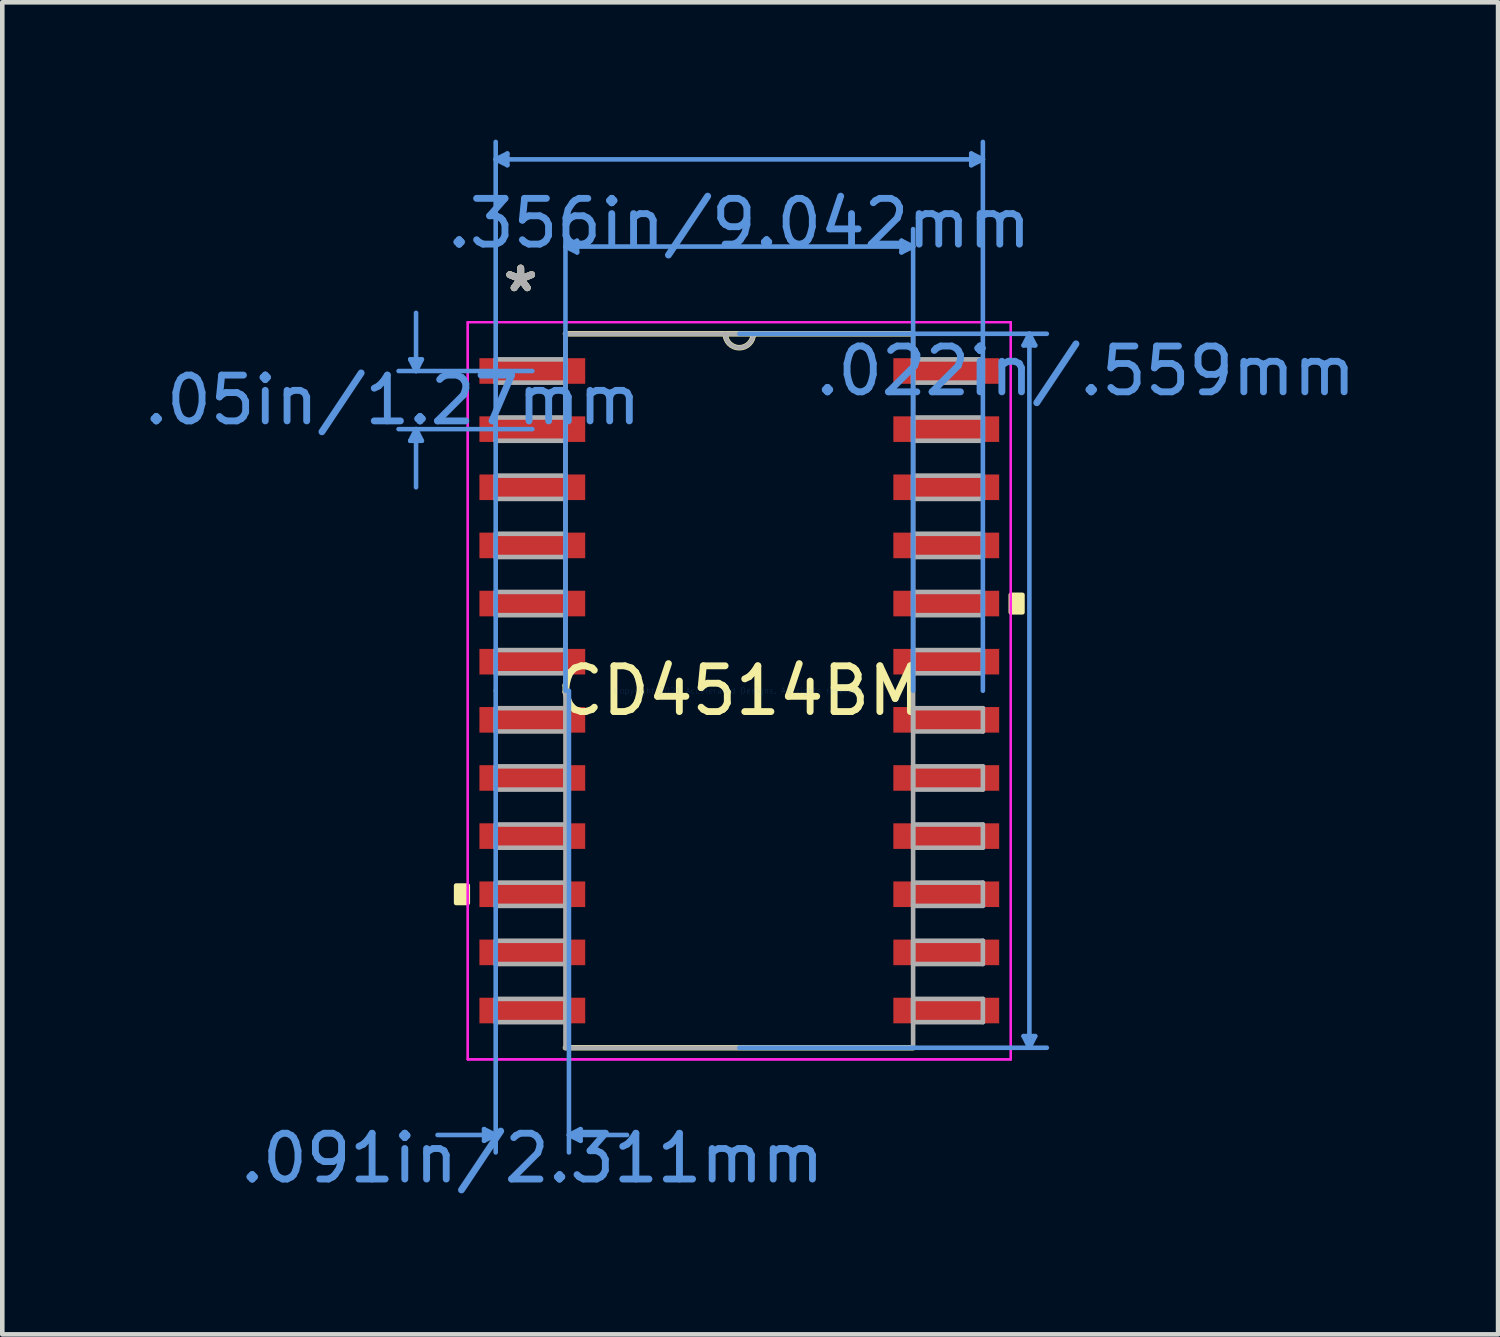
<source format=kicad_pcb>
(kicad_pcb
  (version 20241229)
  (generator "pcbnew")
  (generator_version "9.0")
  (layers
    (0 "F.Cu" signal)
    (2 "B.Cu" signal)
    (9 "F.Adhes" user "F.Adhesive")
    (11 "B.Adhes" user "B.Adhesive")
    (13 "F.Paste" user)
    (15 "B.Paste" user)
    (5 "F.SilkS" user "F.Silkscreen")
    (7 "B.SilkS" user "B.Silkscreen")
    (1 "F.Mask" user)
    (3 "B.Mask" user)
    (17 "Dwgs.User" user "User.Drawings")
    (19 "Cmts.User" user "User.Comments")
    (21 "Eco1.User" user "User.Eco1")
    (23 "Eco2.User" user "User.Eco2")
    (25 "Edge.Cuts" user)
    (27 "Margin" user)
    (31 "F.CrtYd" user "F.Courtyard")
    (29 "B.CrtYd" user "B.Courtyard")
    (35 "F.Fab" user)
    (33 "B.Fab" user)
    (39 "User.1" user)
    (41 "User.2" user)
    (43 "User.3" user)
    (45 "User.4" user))
  (footprint "CD4514BM"
    (layer "F.Cu")
    (at 13.099 12.039)
    (property "Reference" "CD4514BM" (at 0 0 0) (layer "F.SilkS") (effects (font (size 1 1) (thickness 0.15))))
    (attr through_hole)
    (fp_line (start -3.797 7.798) (end 3.797 7.798) (stroke (width 0.12) (type solid)) (layer "F.SilkS"))
    (fp_line (start 3.797 -7.798) (end -3.797 -7.798) (stroke (width 0.12) (type solid)) (layer "F.SilkS"))
    (fp_arc (start 0.3048 -7.7978) (mid 0 -7.493) (end -0.3048 -7.7978) (stroke (width 0.12) (type solid)) (layer "F.SilkS"))
    (fp_poly (pts (xy -6.185 4.255) (xy -6.185 4.636) (xy -5.931 4.636) (xy -5.931 4.255)) (stroke (width 0.1) (type solid)) (fill yes) (layer "F.SilkS"))
    (fp_poly (pts (xy 6.185 -2.095) (xy 6.185 -1.714) (xy 5.931 -1.714) (xy 5.931 -2.095)) (stroke (width 0.1) (type solid)) (fill yes) (layer "F.SilkS"))
    (fp_line (start -7.188 -7.239) (end -6.934 -7.239) (stroke (width 0.1) (type solid)) (layer "Cmts.User"))
    (fp_line (start -7.188 -5.461) (end -6.934 -5.461) (stroke (width 0.1) (type solid)) (layer "Cmts.User"))
    (fp_line (start -7.061 -6.985) (end -7.188 -7.239) (stroke (width 0.1) (type solid)) (layer "Cmts.User"))
    (fp_line (start -7.061 -6.985) (end -7.061 -8.255) (stroke (width 0.1) (type solid)) (layer "Cmts.User"))
    (fp_line (start -7.061 -6.985) (end -6.934 -7.239) (stroke (width 0.1) (type solid)) (layer "Cmts.User"))
    (fp_line (start -7.061 -5.715) (end -7.188 -5.461) (stroke (width 0.1) (type solid)) (layer "Cmts.User"))
    (fp_line (start -7.061 -5.715) (end -7.061 -4.445) (stroke (width 0.1) (type solid)) (layer "Cmts.User"))
    (fp_line (start -7.061 -5.715) (end -6.934 -5.461) (stroke (width 0.1) (type solid)) (layer "Cmts.User"))
    (fp_line (start -5.575 9.576) (end -5.575 9.83) (stroke (width 0.1) (type solid)) (layer "Cmts.User"))
    (fp_line (start -5.321 -11.608) (end -5.067 -11.735) (stroke (width 0.1) (type solid)) (layer "Cmts.User"))
    (fp_line (start -5.321 -11.608) (end -5.067 -11.481) (stroke (width 0.1) (type solid)) (layer "Cmts.User"))
    (fp_line (start -5.321 -11.608) (end 5.321 -11.608) (stroke (width 0.1) (type solid)) (layer "Cmts.User"))
    (fp_line (start -5.321 0) (end -5.321 -11.989) (stroke (width 0.1) (type solid)) (layer "Cmts.User"))
    (fp_line (start -5.321 0) (end -5.321 10.084) (stroke (width 0.1) (type solid)) (layer "Cmts.User"))
    (fp_line (start -5.321 9.703) (end -6.591 9.703) (stroke (width 0.1) (type solid)) (layer "Cmts.User"))
    (fp_line (start -5.321 9.703) (end -5.575 9.576) (stroke (width 0.1) (type solid)) (layer "Cmts.User"))
    (fp_line (start -5.321 9.703) (end -5.575 9.83) (stroke (width 0.1) (type solid)) (layer "Cmts.User"))
    (fp_line (start -5.067 -11.735) (end -5.067 -11.481) (stroke (width 0.1) (type solid)) (layer "Cmts.User"))
    (fp_line (start -4.521 -6.985) (end -7.442 -6.985) (stroke (width 0.1) (type solid)) (layer "Cmts.User"))
    (fp_line (start -4.521 -5.715) (end -7.442 -5.715) (stroke (width 0.1) (type solid)) (layer "Cmts.User"))
    (fp_line (start -3.797 -9.703) (end -3.543 -9.83) (stroke (width 0.1) (type solid)) (layer "Cmts.User"))
    (fp_line (start -3.797 -9.703) (end -3.543 -9.576) (stroke (width 0.1) (type solid)) (layer "Cmts.User"))
    (fp_line (start -3.797 -9.703) (end 3.797 -9.703) (stroke (width 0.1) (type solid)) (layer "Cmts.User"))
    (fp_line (start -3.797 0) (end -3.797 -10.084) (stroke (width 0.1) (type solid)) (layer "Cmts.User"))
    (fp_line (start -3.721 0) (end -3.721 10.084) (stroke (width 0.1) (type solid)) (layer "Cmts.User"))
    (fp_line (start -3.721 9.703) (end -3.467 9.576) (stroke (width 0.1) (type solid)) (layer "Cmts.User"))
    (fp_line (start -3.721 9.703) (end -3.467 9.83) (stroke (width 0.1) (type solid)) (layer "Cmts.User"))
    (fp_line (start -3.721 9.703) (end -2.451 9.703) (stroke (width 0.1) (type solid)) (layer "Cmts.User"))
    (fp_line (start -3.543 -9.83) (end -3.543 -9.576) (stroke (width 0.1) (type solid)) (layer "Cmts.User"))
    (fp_line (start -3.467 9.576) (end -3.467 9.83) (stroke (width 0.1) (type solid)) (layer "Cmts.User"))
    (fp_line (start 0 -7.798) (end 6.718 -7.798) (stroke (width 0.1) (type solid)) (layer "Cmts.User"))
    (fp_line (start 0 7.798) (end 6.718 7.798) (stroke (width 0.1) (type solid)) (layer "Cmts.User"))
    (fp_line (start 3.543 -9.83) (end 3.543 -9.576) (stroke (width 0.1) (type solid)) (layer "Cmts.User"))
    (fp_line (start 3.797 -9.703) (end 3.543 -9.83) (stroke (width 0.1) (type solid)) (layer "Cmts.User"))
    (fp_line (start 3.797 -9.703) (end 3.543 -9.576) (stroke (width 0.1) (type solid)) (layer "Cmts.User"))
    (fp_line (start 3.797 0) (end 3.797 -10.084) (stroke (width 0.1) (type solid)) (layer "Cmts.User"))
    (fp_line (start 5.067 -11.735) (end 5.067 -11.481) (stroke (width 0.1) (type solid)) (layer "Cmts.User"))
    (fp_line (start 5.321 -11.608) (end 5.067 -11.735) (stroke (width 0.1) (type solid)) (layer "Cmts.User"))
    (fp_line (start 5.321 -11.608) (end 5.067 -11.481) (stroke (width 0.1) (type solid)) (layer "Cmts.User"))
    (fp_line (start 5.321 0) (end 5.321 -11.989) (stroke (width 0.1) (type solid)) (layer "Cmts.User"))
    (fp_line (start 6.21 -7.544) (end 6.464 -7.544) (stroke (width 0.1) (type solid)) (layer "Cmts.User"))
    (fp_line (start 6.21 7.544) (end 6.464 7.544) (stroke (width 0.1) (type solid)) (layer "Cmts.User"))
    (fp_line (start 6.337 -7.798) (end 6.21 -7.544) (stroke (width 0.1) (type solid)) (layer "Cmts.User"))
    (fp_line (start 6.337 -7.798) (end 6.337 7.798) (stroke (width 0.1) (type solid)) (layer "Cmts.User"))
    (fp_line (start 6.337 -7.798) (end 6.464 -7.544) (stroke (width 0.1) (type solid)) (layer "Cmts.User"))
    (fp_line (start 6.337 7.798) (end 6.21 7.544) (stroke (width 0.1) (type solid)) (layer "Cmts.User"))
    (fp_line (start 6.337 7.798) (end 6.464 7.544) (stroke (width 0.1) (type solid)) (layer "Cmts.User"))
    (fp_line (start -5.931 -8.052) (end 5.931 -8.052) (stroke (width 0.05) (type solid)) (layer "F.CrtYd"))
    (fp_line (start -5.931 -8.052) (end 5.931 -8.052) (stroke (width 0.05) (type solid)) (layer "F.CrtYd"))
    (fp_line (start -5.931 8.052) (end -5.931 -8.052) (stroke (width 0.05) (type solid)) (layer "F.CrtYd"))
    (fp_line (start -5.931 8.052) (end -5.931 -8.052) (stroke (width 0.05) (type solid)) (layer "F.CrtYd"))
    (fp_line (start 5.931 -8.052) (end 5.931 8.052) (stroke (width 0.05) (type solid)) (layer "F.CrtYd"))
    (fp_line (start 5.931 -8.052) (end 5.931 8.052) (stroke (width 0.05) (type solid)) (layer "F.CrtYd"))
    (fp_line (start 5.931 8.052) (end -5.931 8.052) (stroke (width 0.05) (type solid)) (layer "F.CrtYd"))
    (fp_line (start 5.931 8.052) (end -5.931 8.052) (stroke (width 0.05) (type solid)) (layer "F.CrtYd"))
    (fp_line (start -5.321 -7.239) (end -5.321 -6.731) (stroke (width 0.1) (type solid)) (layer "F.Fab"))
    (fp_line (start -5.321 -6.731) (end -3.797 -6.731) (stroke (width 0.1) (type solid)) (layer "F.Fab"))
    (fp_line (start -5.321 -5.969) (end -5.321 -5.461) (stroke (width 0.1) (type solid)) (layer "F.Fab"))
    (fp_line (start -5.321 -5.461) (end -3.797 -5.461) (stroke (width 0.1) (type solid)) (layer "F.Fab"))
    (fp_line (start -5.321 -4.699) (end -5.321 -4.191) (stroke (width 0.1) (type solid)) (layer "F.Fab"))
    (fp_line (start -5.321 -4.191) (end -3.797 -4.191) (stroke (width 0.1) (type solid)) (layer "F.Fab"))
    (fp_line (start -5.321 -3.429) (end -5.321 -2.921) (stroke (width 0.1) (type solid)) (layer "F.Fab"))
    (fp_line (start -5.321 -2.921) (end -3.797 -2.921) (stroke (width 0.1) (type solid)) (layer "F.Fab"))
    (fp_line (start -5.321 -2.159) (end -5.321 -1.651) (stroke (width 0.1) (type solid)) (layer "F.Fab"))
    (fp_line (start -5.321 -1.651) (end -3.797 -1.651) (stroke (width 0.1) (type solid)) (layer "F.Fab"))
    (fp_line (start -5.321 -0.889) (end -5.321 -0.381) (stroke (width 0.1) (type solid)) (layer "F.Fab"))
    (fp_line (start -5.321 -0.381) (end -3.797 -0.381) (stroke (width 0.1) (type solid)) (layer "F.Fab"))
    (fp_line (start -5.321 0.381) (end -5.321 0.889) (stroke (width 0.1) (type solid)) (layer "F.Fab"))
    (fp_line (start -5.321 0.889) (end -3.797 0.889) (stroke (width 0.1) (type solid)) (layer "F.Fab"))
    (fp_line (start -5.321 1.651) (end -5.321 2.159) (stroke (width 0.1) (type solid)) (layer "F.Fab"))
    (fp_line (start -5.321 2.159) (end -3.797 2.159) (stroke (width 0.1) (type solid)) (layer "F.Fab"))
    (fp_line (start -5.321 2.921) (end -5.321 3.429) (stroke (width 0.1) (type solid)) (layer "F.Fab"))
    (fp_line (start -5.321 3.429) (end -3.797 3.429) (stroke (width 0.1) (type solid)) (layer "F.Fab"))
    (fp_line (start -5.321 4.191) (end -5.321 4.699) (stroke (width 0.1) (type solid)) (layer "F.Fab"))
    (fp_line (start -5.321 4.699) (end -3.797 4.699) (stroke (width 0.1) (type solid)) (layer "F.Fab"))
    (fp_line (start -5.321 5.461) (end -5.321 5.969) (stroke (width 0.1) (type solid)) (layer "F.Fab"))
    (fp_line (start -5.321 5.969) (end -3.797 5.969) (stroke (width 0.1) (type solid)) (layer "F.Fab"))
    (fp_line (start -5.321 6.731) (end -5.321 7.239) (stroke (width 0.1) (type solid)) (layer "F.Fab"))
    (fp_line (start -5.321 7.239) (end -3.797 7.239) (stroke (width 0.1) (type solid)) (layer "F.Fab"))
    (fp_line (start -3.797 -7.798) (end -3.797 7.798) (stroke (width 0.1) (type solid)) (layer "F.Fab"))
    (fp_line (start -3.797 -7.239) (end -5.321 -7.239) (stroke (width 0.1) (type solid)) (layer "F.Fab"))
    (fp_line (start -3.797 -6.731) (end -3.797 -7.239) (stroke (width 0.1) (type solid)) (layer "F.Fab"))
    (fp_line (start -3.797 -5.969) (end -5.321 -5.969) (stroke (width 0.1) (type solid)) (layer "F.Fab"))
    (fp_line (start -3.797 -5.461) (end -3.797 -5.969) (stroke (width 0.1) (type solid)) (layer "F.Fab"))
    (fp_line (start -3.797 -4.699) (end -5.321 -4.699) (stroke (width 0.1) (type solid)) (layer "F.Fab"))
    (fp_line (start -3.797 -4.191) (end -3.797 -4.699) (stroke (width 0.1) (type solid)) (layer "F.Fab"))
    (fp_line (start -3.797 -3.429) (end -5.321 -3.429) (stroke (width 0.1) (type solid)) (layer "F.Fab"))
    (fp_line (start -3.797 -2.921) (end -3.797 -3.429) (stroke (width 0.1) (type solid)) (layer "F.Fab"))
    (fp_line (start -3.797 -2.159) (end -5.321 -2.159) (stroke (width 0.1) (type solid)) (layer "F.Fab"))
    (fp_line (start -3.797 -1.651) (end -3.797 -2.159) (stroke (width 0.1) (type solid)) (layer "F.Fab"))
    (fp_line (start -3.797 -0.889) (end -5.321 -0.889) (stroke (width 0.1) (type solid)) (layer "F.Fab"))
    (fp_line (start -3.797 -0.381) (end -3.797 -0.889) (stroke (width 0.1) (type solid)) (layer "F.Fab"))
    (fp_line (start -3.797 0.381) (end -5.321 0.381) (stroke (width 0.1) (type solid)) (layer "F.Fab"))
    (fp_line (start -3.797 0.889) (end -3.797 0.381) (stroke (width 0.1) (type solid)) (layer "F.Fab"))
    (fp_line (start -3.797 1.651) (end -5.321 1.651) (stroke (width 0.1) (type solid)) (layer "F.Fab"))
    (fp_line (start -3.797 2.159) (end -3.797 1.651) (stroke (width 0.1) (type solid)) (layer "F.Fab"))
    (fp_line (start -3.797 2.921) (end -5.321 2.921) (stroke (width 0.1) (type solid)) (layer "F.Fab"))
    (fp_line (start -3.797 3.429) (end -3.797 2.921) (stroke (width 0.1) (type solid)) (layer "F.Fab"))
    (fp_line (start -3.797 4.191) (end -5.321 4.191) (stroke (width 0.1) (type solid)) (layer "F.Fab"))
    (fp_line (start -3.797 4.699) (end -3.797 4.191) (stroke (width 0.1) (type solid)) (layer "F.Fab"))
    (fp_line (start -3.797 5.461) (end -5.321 5.461) (stroke (width 0.1) (type solid)) (layer "F.Fab"))
    (fp_line (start -3.797 5.969) (end -3.797 5.461) (stroke (width 0.1) (type solid)) (layer "F.Fab"))
    (fp_line (start -3.797 6.731) (end -5.321 6.731) (stroke (width 0.1) (type solid)) (layer "F.Fab"))
    (fp_line (start -3.797 7.239) (end -3.797 6.731) (stroke (width 0.1) (type solid)) (layer "F.Fab"))
    (fp_line (start -3.797 7.798) (end 3.797 7.798) (stroke (width 0.1) (type solid)) (layer "F.Fab"))
    (fp_line (start 3.797 -7.798) (end -3.797 -7.798) (stroke (width 0.1) (type solid)) (layer "F.Fab"))
    (fp_line (start 3.797 -7.239) (end 3.797 -6.731) (stroke (width 0.1) (type solid)) (layer "F.Fab"))
    (fp_line (start 3.797 -6.731) (end 5.321 -6.731) (stroke (width 0.1) (type solid)) (layer "F.Fab"))
    (fp_line (start 3.797 -5.969) (end 3.797 -5.461) (stroke (width 0.1) (type solid)) (layer "F.Fab"))
    (fp_line (start 3.797 -5.461) (end 5.321 -5.461) (stroke (width 0.1) (type solid)) (layer "F.Fab"))
    (fp_line (start 3.797 -4.699) (end 3.797 -4.191) (stroke (width 0.1) (type solid)) (layer "F.Fab"))
    (fp_line (start 3.797 -4.191) (end 5.321 -4.191) (stroke (width 0.1) (type solid)) (layer "F.Fab"))
    (fp_line (start 3.797 -3.429) (end 3.797 -2.921) (stroke (width 0.1) (type solid)) (layer "F.Fab"))
    (fp_line (start 3.797 -2.921) (end 5.321 -2.921) (stroke (width 0.1) (type solid)) (layer "F.Fab"))
    (fp_line (start 3.797 -2.159) (end 3.797 -1.651) (stroke (width 0.1) (type solid)) (layer "F.Fab"))
    (fp_line (start 3.797 -1.651) (end 5.321 -1.651) (stroke (width 0.1) (type solid)) (layer "F.Fab"))
    (fp_line (start 3.797 -0.889) (end 3.797 -0.381) (stroke (width 0.1) (type solid)) (layer "F.Fab"))
    (fp_line (start 3.797 -0.381) (end 5.321 -0.381) (stroke (width 0.1) (type solid)) (layer "F.Fab"))
    (fp_line (start 3.797 0.381) (end 3.797 0.889) (stroke (width 0.1) (type solid)) (layer "F.Fab"))
    (fp_line (start 3.797 0.889) (end 5.321 0.889) (stroke (width 0.1) (type solid)) (layer "F.Fab"))
    (fp_line (start 3.797 1.651) (end 3.797 2.159) (stroke (width 0.1) (type solid)) (layer "F.Fab"))
    (fp_line (start 3.797 2.159) (end 5.321 2.159) (stroke (width 0.1) (type solid)) (layer "F.Fab"))
    (fp_line (start 3.797 2.921) (end 3.797 3.429) (stroke (width 0.1) (type solid)) (layer "F.Fab"))
    (fp_line (start 3.797 3.429) (end 5.321 3.429) (stroke (width 0.1) (type solid)) (layer "F.Fab"))
    (fp_line (start 3.797 4.191) (end 3.797 4.699) (stroke (width 0.1) (type solid)) (layer "F.Fab"))
    (fp_line (start 3.797 4.699) (end 5.321 4.699) (stroke (width 0.1) (type solid)) (layer "F.Fab"))
    (fp_line (start 3.797 5.461) (end 3.797 5.969) (stroke (width 0.1) (type solid)) (layer "F.Fab"))
    (fp_line (start 3.797 5.969) (end 5.321 5.969) (stroke (width 0.1) (type solid)) (layer "F.Fab"))
    (fp_line (start 3.797 6.731) (end 3.797 7.239) (stroke (width 0.1) (type solid)) (layer "F.Fab"))
    (fp_line (start 3.797 7.239) (end 5.321 7.239) (stroke (width 0.1) (type solid)) (layer "F.Fab"))
    (fp_line (start 3.797 7.798) (end 3.797 -7.798) (stroke (width 0.1) (type solid)) (layer "F.Fab"))
    (fp_line (start 5.321 -7.239) (end 3.797 -7.239) (stroke (width 0.1) (type solid)) (layer "F.Fab"))
    (fp_line (start 5.321 -6.731) (end 5.321 -7.239) (stroke (width 0.1) (type solid)) (layer "F.Fab"))
    (fp_line (start 5.321 -5.969) (end 3.797 -5.969) (stroke (width 0.1) (type solid)) (layer "F.Fab"))
    (fp_line (start 5.321 -5.461) (end 5.321 -5.969) (stroke (width 0.1) (type solid)) (layer "F.Fab"))
    (fp_line (start 5.321 -4.699) (end 3.797 -4.699) (stroke (width 0.1) (type solid)) (layer "F.Fab"))
    (fp_line (start 5.321 -4.191) (end 5.321 -4.699) (stroke (width 0.1) (type solid)) (layer "F.Fab"))
    (fp_line (start 5.321 -3.429) (end 3.797 -3.429) (stroke (width 0.1) (type solid)) (layer "F.Fab"))
    (fp_line (start 5.321 -2.921) (end 5.321 -3.429) (stroke (width 0.1) (type solid)) (layer "F.Fab"))
    (fp_line (start 5.321 -2.159) (end 3.797 -2.159) (stroke (width 0.1) (type solid)) (layer "F.Fab"))
    (fp_line (start 5.321 -1.651) (end 5.321 -2.159) (stroke (width 0.1) (type solid)) (layer "F.Fab"))
    (fp_line (start 5.321 -0.889) (end 3.797 -0.889) (stroke (width 0.1) (type solid)) (layer "F.Fab"))
    (fp_line (start 5.321 -0.381) (end 5.321 -0.889) (stroke (width 0.1) (type solid)) (layer "F.Fab"))
    (fp_line (start 5.321 0.381) (end 3.797 0.381) (stroke (width 0.1) (type solid)) (layer "F.Fab"))
    (fp_line (start 5.321 0.889) (end 5.321 0.381) (stroke (width 0.1) (type solid)) (layer "F.Fab"))
    (fp_line (start 5.321 1.651) (end 3.797 1.651) (stroke (width 0.1) (type solid)) (layer "F.Fab"))
    (fp_line (start 5.321 2.159) (end 5.321 1.651) (stroke (width 0.1) (type solid)) (layer "F.Fab"))
    (fp_line (start 5.321 2.921) (end 3.797 2.921) (stroke (width 0.1) (type solid)) (layer "F.Fab"))
    (fp_line (start 5.321 3.429) (end 5.321 2.921) (stroke (width 0.1) (type solid)) (layer "F.Fab"))
    (fp_line (start 5.321 4.191) (end 3.797 4.191) (stroke (width 0.1) (type solid)) (layer "F.Fab"))
    (fp_line (start 5.321 4.699) (end 5.321 4.191) (stroke (width 0.1) (type solid)) (layer "F.Fab"))
    (fp_line (start 5.321 5.461) (end 3.797 5.461) (stroke (width 0.1) (type solid)) (layer "F.Fab"))
    (fp_line (start 5.321 5.969) (end 5.321 5.461) (stroke (width 0.1) (type solid)) (layer "F.Fab"))
    (fp_line (start 5.321 6.731) (end 3.797 6.731) (stroke (width 0.1) (type solid)) (layer "F.Fab"))
    (fp_line (start 5.321 7.239) (end 5.321 6.731) (stroke (width 0.1) (type solid)) (layer "F.Fab"))
    (fp_arc (start 0.3048 -7.7978) (mid 0 -7.493) (end -0.3048 -7.7978) (stroke (width 0.1) (type solid)) (layer "F.Fab"))
    (fp_text user "*" (at -4.775 -8.687 0) (layer "F.SilkS") (effects (font (size 1 1) (thickness 0.15))))
    (fp_text user "*" (at -4.775 -8.687 0) (layer "F.SilkS") (effects (font (size 1 1) (thickness 0.15))))
    (fp_text user ".05in/1.27mm" (at -7.569 -6.35 0) (layer "Cmts.User") (effects (font (size 1 1) (thickness 0.15))))
    (fp_text user ".022in/.559mm" (at 7.569 -6.985 0) (layer "Cmts.User") (effects (font (size 1 1) (thickness 0.15))))
    (fp_text user ".356in/9.042mm" (at 0 -10.211 0) (layer "Cmts.User") (effects (font (size 1 1) (thickness 0.15))))
    (fp_text user "Copyright 2021 Accelerated Designs. All rights reserved." (at 0 0 0) (layer "Cmts.User") (effects (font (size 0.127 0.127) (thickness 0.002))))
    (fp_text user ".091in/2.311mm" (at -4.521 10.211 0) (layer "Cmts.User") (effects (font (size 1 1) (thickness 0.15))))
    (fp_text user "*" (at -4.775 -8.687 0) (layer "F.Fab") (effects (font (size 1 1) (thickness 0.15))))
    (fp_text user "*" (at -4.775 -8.687 0) (layer "F.Fab") (effects (font (size 1 1) (thickness 0.15))))
    (pad "1" smd rect (at -4.521 -6.985) (size 2.311 0.559) (layers "F.Cu" "F.Mask" "F.Paste"))
    (pad "2" smd rect (at -4.521 -5.715) (size 2.311 0.559) (layers "F.Cu" "F.Mask" "F.Paste"))
    (pad "3" smd rect (at -4.521 -4.445) (size 2.311 0.559) (layers "F.Cu" "F.Mask" "F.Paste"))
    (pad "4" smd rect (at -4.521 -3.175) (size 2.311 0.559) (layers "F.Cu" "F.Mask" "F.Paste"))
    (pad "5" smd rect (at -4.521 -1.905) (size 2.311 0.559) (layers "F.Cu" "F.Mask" "F.Paste"))
    (pad "6" smd rect (at -4.521 -0.635) (size 2.311 0.559) (layers "F.Cu" "F.Mask" "F.Paste"))
    (pad "7" smd rect (at -4.521 0.635) (size 2.311 0.559) (layers "F.Cu" "F.Mask" "F.Paste"))
    (pad "8" smd rect (at -4.521 1.905) (size 2.311 0.559) (layers "F.Cu" "F.Mask" "F.Paste"))
    (pad "9" smd rect (at -4.521 3.175) (size 2.311 0.559) (layers "F.Cu" "F.Mask" "F.Paste"))
    (pad "10" smd rect (at -4.521 4.445) (size 2.311 0.559) (layers "F.Cu" "F.Mask" "F.Paste"))
    (pad "11" smd rect (at -4.521 5.715) (size 2.311 0.559) (layers "F.Cu" "F.Mask" "F.Paste"))
    (pad "12" smd rect (at -4.521 6.985) (size 2.311 0.559) (layers "F.Cu" "F.Mask" "F.Paste"))
    (pad "13" smd rect (at 4.521 6.985) (size 2.311 0.559) (layers "F.Cu" "F.Mask" "F.Paste"))
    (pad "14" smd rect (at 4.521 5.715) (size 2.311 0.559) (layers "F.Cu" "F.Mask" "F.Paste"))
    (pad "15" smd rect (at 4.521 4.445) (size 2.311 0.559) (layers "F.Cu" "F.Mask" "F.Paste"))
    (pad "16" smd rect (at 4.521 3.175) (size 2.311 0.559) (layers "F.Cu" "F.Mask" "F.Paste"))
    (pad "17" smd rect (at 4.521 1.905) (size 2.311 0.559) (layers "F.Cu" "F.Mask" "F.Paste"))
    (pad "18" smd rect (at 4.521 0.635) (size 2.311 0.559) (layers "F.Cu" "F.Mask" "F.Paste"))
    (pad "19" smd rect (at 4.521 -0.635) (size 2.311 0.559) (layers "F.Cu" "F.Mask" "F.Paste"))
    (pad "20" smd rect (at 4.521 -1.905) (size 2.311 0.559) (layers "F.Cu" "F.Mask" "F.Paste"))
    (pad "21" smd rect (at 4.521 -3.175) (size 2.311 0.559) (layers "F.Cu" "F.Mask" "F.Paste"))
    (pad "22" smd rect (at 4.521 -4.445) (size 2.311 0.559) (layers "F.Cu" "F.Mask" "F.Paste"))
    (pad "23" smd rect (at 4.521 -5.715) (size 2.311 0.559) (layers "F.Cu" "F.Mask" "F.Paste"))
    (pad "24" smd rect (at 4.521 -6.985) (size 2.311 0.559) (layers "F.Cu" "F.Mask" "F.Paste")))
  (gr_rect
    (start -3 -3)
    (end 29.674 26.098)
    (stroke (width 0.1) (type default))
    (fill no)
    (layer "Edge.Cuts")))
</source>
